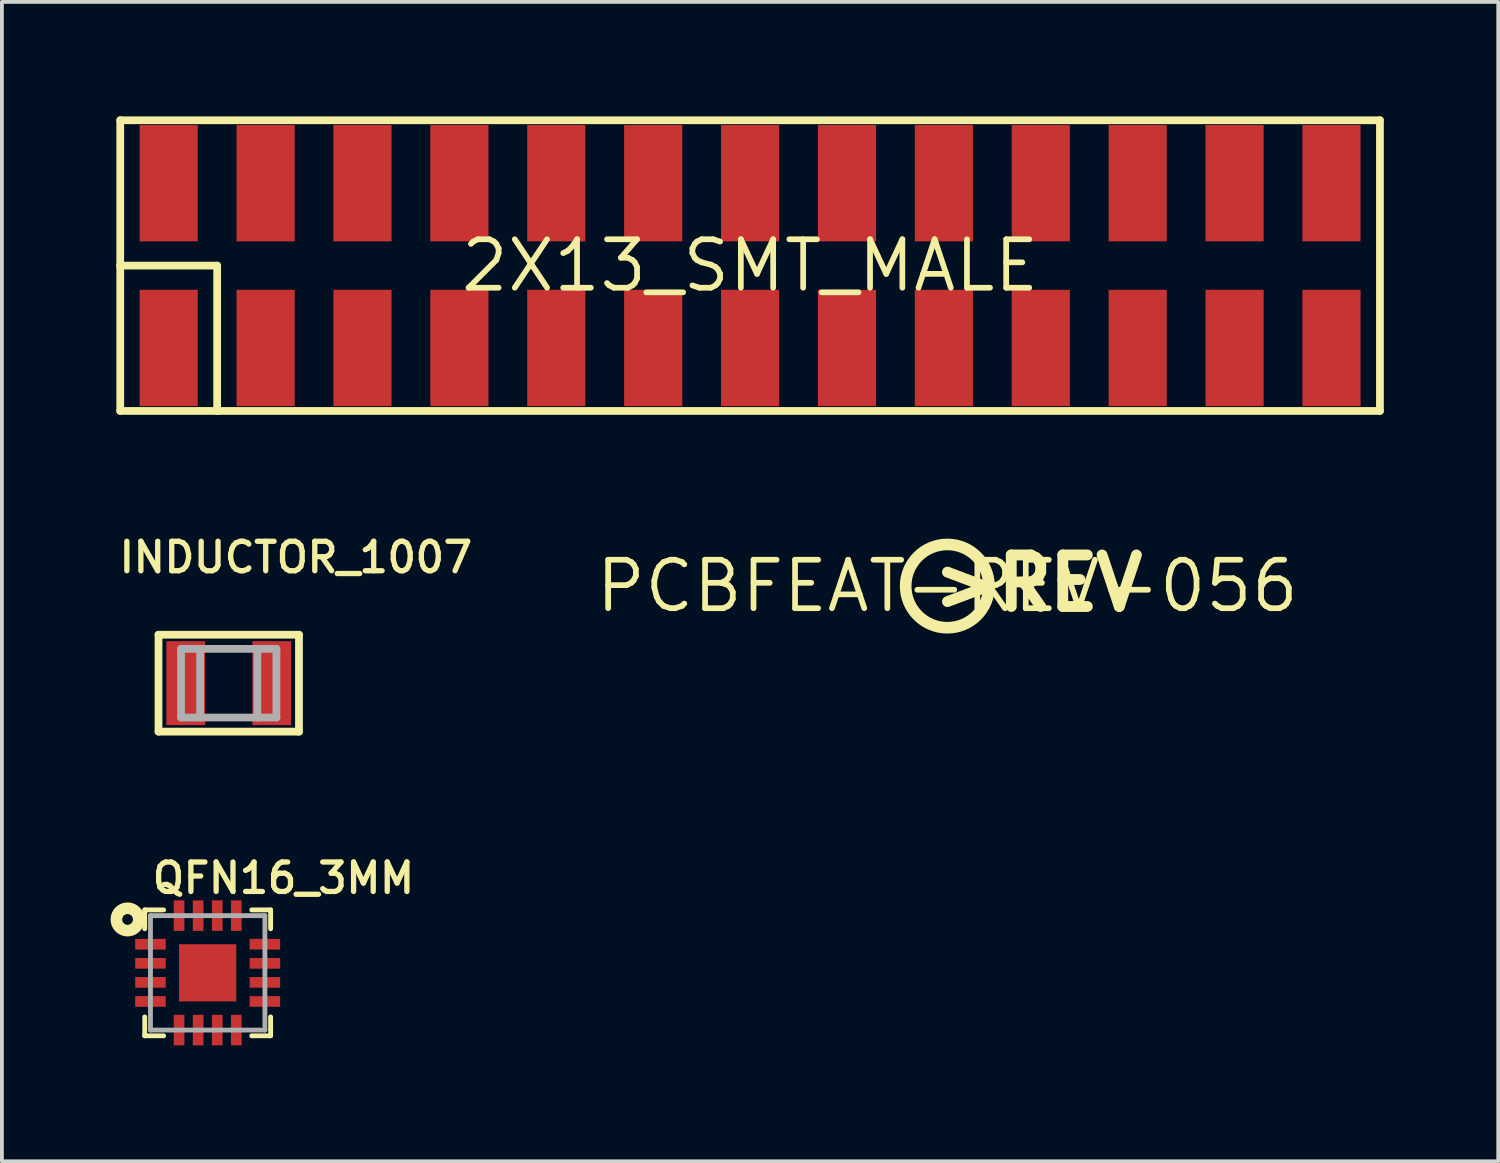
<source format=kicad_pcb>
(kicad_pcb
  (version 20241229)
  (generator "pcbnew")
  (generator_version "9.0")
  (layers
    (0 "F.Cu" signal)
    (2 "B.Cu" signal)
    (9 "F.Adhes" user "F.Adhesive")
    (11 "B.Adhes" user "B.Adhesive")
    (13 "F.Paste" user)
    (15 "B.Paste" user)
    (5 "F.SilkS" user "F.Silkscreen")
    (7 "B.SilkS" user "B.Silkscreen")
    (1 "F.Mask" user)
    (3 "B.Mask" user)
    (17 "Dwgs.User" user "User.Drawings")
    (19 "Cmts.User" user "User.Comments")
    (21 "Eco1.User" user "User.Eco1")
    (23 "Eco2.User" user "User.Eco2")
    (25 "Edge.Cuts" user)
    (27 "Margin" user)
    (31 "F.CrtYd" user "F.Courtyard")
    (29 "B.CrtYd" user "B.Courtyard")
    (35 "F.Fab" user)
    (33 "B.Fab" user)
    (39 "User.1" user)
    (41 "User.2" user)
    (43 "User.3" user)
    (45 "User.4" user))
  (footprint "PCBFEAT-REV-056"
    (layer "F.Cu")
    (at 21.782 12.313)
    (property "Reference" "PCBFEAT-REV-056" (at 0 0 0) (layer "F.SilkS") (effects (font (size 1.27 1.27) (thickness 0.15))))
    (attr through_hole)
    (fp_circle (center 0 0) (end 1.092 0) (stroke (width 0.305) (type solid)) (fill no) (layer "F.SilkS"))
    (fp_text user ">REV" (at -0.505 0.715 0) (layer "F.SilkS") (effects (font (size 1.351 1.351) (thickness 0.284)) (justify left bottom))))
  (footprint "INDUCTOR_1007"
    (layer "F.Cu")
    (at 2.946 14.858)
    (property "Reference" "INDUCTOR_1007" (at -2.946 -2.846 180) (layer "F.SilkS") (effects (font (size 0.772 0.772) (thickness 0.139)) (justify left bottom)))
    (attr through_hole)
    (fp_line (start -1.841 -1.27) (end 1.841 -1.27) (stroke (width 0.203) (type solid)) (layer "F.SilkS"))
    (fp_line (start -1.841 1.27) (end -1.841 -1.27) (stroke (width 0.203) (type solid)) (layer "F.SilkS"))
    (fp_line (start 1.841 -1.27) (end 1.841 1.27) (stroke (width 0.203) (type solid)) (layer "F.SilkS"))
    (fp_line (start 1.841 1.27) (end -1.841 1.27) (stroke (width 0.203) (type solid)) (layer "F.SilkS"))
    (fp_line (start -1.25 -0.9) (end -0.75 -0.9) (stroke (width 0.203) (type solid)) (layer "F.Fab"))
    (fp_line (start -1.25 0.9) (end -1.25 -0.9) (stroke (width 0.203) (type solid)) (layer "F.Fab"))
    (fp_line (start -1.25 0.9) (end -0.75 0.9) (stroke (width 0.203) (type solid)) (layer "F.Fab"))
    (fp_line (start -0.75 -0.9) (end 0.75 -0.9) (stroke (width 0.203) (type solid)) (layer "F.Fab"))
    (fp_line (start -0.75 0.9) (end -0.75 -0.9) (stroke (width 0.203) (type solid)) (layer "F.Fab"))
    (fp_line (start -0.75 0.9) (end 0.75 0.9) (stroke (width 0.203) (type solid)) (layer "F.Fab"))
    (fp_line (start 0.75 -0.9) (end 1.25 -0.9) (stroke (width 0.203) (type solid)) (layer "F.Fab"))
    (fp_line (start 0.75 0.9) (end 0.75 -0.9) (stroke (width 0.203) (type solid)) (layer "F.Fab"))
    (fp_line (start 0.75 0.9) (end 1.25 0.9) (stroke (width 0.203) (type solid)) (layer "F.Fab"))
    (fp_line (start 1.25 0.9) (end 1.25 -0.9) (stroke (width 0.203) (type solid)) (layer "F.Fab"))
    (pad "P$1" smd rect (at -1.127 0) (size 1.016 2.2) (layers "F.Cu" "F.Mask" "F.Paste"))
    (pad "P$2" smd rect (at 1.127 0) (size 1.016 2.2) (layers "F.Cu" "F.Mask" "F.Paste")))
  (footprint "QFN16_3MM"
    (layer "F.Cu")
    (at 2.394 22.451)
    (property "Reference" "QFN16_3MM" (at -1.524 -2.032 180) (layer "F.SilkS") (effects (font (size 0.772 0.772) (thickness 0.139)) (justify left bottom)))
    (attr through_hole)
    (fp_poly (pts (xy -1.94 -0.575) (xy -1.06 -0.575) (xy -1.06 -0.925) (xy -1.94 -0.925)) (stroke (width 0) (type solid)) (fill yes) (layer "F.Mask"))
    (fp_poly (pts (xy -1.94 -0.075) (xy -1.06 -0.075) (xy -1.06 -0.425) (xy -1.94 -0.425)) (stroke (width 0) (type solid)) (fill yes) (layer "F.Mask"))
    (fp_poly (pts (xy -1.94 0.425) (xy -1.06 0.425) (xy -1.06 0.075) (xy -1.94 0.075)) (stroke (width 0) (type solid)) (fill yes) (layer "F.Mask"))
    (fp_poly (pts (xy -1.94 0.925) (xy -1.06 0.925) (xy -1.06 0.575) (xy -1.94 0.575)) (stroke (width 0) (type solid)) (fill yes) (layer "F.Mask"))
    (fp_poly (pts (xy -0.925 -1.94) (xy -0.925 -1.06) (xy -0.575 -1.06) (xy -0.575 -1.94)) (stroke (width 0) (type solid)) (fill yes) (layer "F.Mask"))
    (fp_poly (pts (xy -0.575 1.94) (xy -0.575 1.06) (xy -0.925 1.06) (xy -0.925 1.94)) (stroke (width 0) (type solid)) (fill yes) (layer "F.Mask"))
    (fp_poly (pts (xy -0.425 -1.94) (xy -0.425 -1.06) (xy -0.075 -1.06) (xy -0.075 -1.94)) (stroke (width 0) (type solid)) (fill yes) (layer "F.Mask"))
    (fp_poly (pts (xy -0.075 1.94) (xy -0.075 1.06) (xy -0.425 1.06) (xy -0.425 1.94)) (stroke (width 0) (type solid)) (fill yes) (layer "F.Mask"))
    (fp_poly (pts (xy 0.075 -1.94) (xy 0.075 -1.06) (xy 0.425 -1.06) (xy 0.425 -1.94)) (stroke (width 0) (type solid)) (fill yes) (layer "F.Mask"))
    (fp_poly (pts (xy 0.425 1.94) (xy 0.425 1.06) (xy 0.075 1.06) (xy 0.075 1.94)) (stroke (width 0) (type solid)) (fill yes) (layer "F.Mask"))
    (fp_poly (pts (xy 0.575 -1.94) (xy 0.575 -1.06) (xy 0.925 -1.06) (xy 0.925 -1.94)) (stroke (width 0) (type solid)) (fill yes) (layer "F.Mask"))
    (fp_poly (pts (xy 0.925 1.94) (xy 0.925 1.06) (xy 0.575 1.06) (xy 0.575 1.94)) (stroke (width 0) (type solid)) (fill yes) (layer "F.Mask"))
    (fp_poly (pts (xy 1.94 -0.925) (xy 1.06 -0.925) (xy 1.06 -0.575) (xy 1.94 -0.575)) (stroke (width 0) (type solid)) (fill yes) (layer "F.Mask"))
    (fp_poly (pts (xy 1.94 -0.425) (xy 1.06 -0.425) (xy 1.06 -0.075) (xy 1.94 -0.075)) (stroke (width 0) (type solid)) (fill yes) (layer "F.Mask"))
    (fp_poly (pts (xy 1.94 0.075) (xy 1.06 0.075) (xy 1.06 0.425) (xy 1.94 0.425)) (stroke (width 0) (type solid)) (fill yes) (layer "F.Mask"))
    (fp_poly (pts (xy 1.94 0.575) (xy 1.06 0.575) (xy 1.06 0.925) (xy 1.94 0.925)) (stroke (width 0) (type solid)) (fill yes) (layer "F.Mask"))
    (fp_line (start -1.65 -1.65) (end -1.65 -1.155) (stroke (width 0.127) (type solid)) (layer "F.SilkS"))
    (fp_line (start -1.65 1.155) (end -1.65 1.65) (stroke (width 0.127) (type solid)) (layer "F.SilkS"))
    (fp_line (start -1.65 1.65) (end -1.155 1.65) (stroke (width 0.127) (type solid)) (layer "F.SilkS"))
    (fp_line (start -1.155 -1.65) (end -1.65 -1.65) (stroke (width 0.127) (type solid)) (layer "F.SilkS"))
    (fp_line (start 1.155 -1.65) (end 1.65 -1.65) (stroke (width 0.127) (type solid)) (layer "F.SilkS"))
    (fp_line (start 1.65 -1.65) (end 1.65 -1.155) (stroke (width 0.127) (type solid)) (layer "F.SilkS"))
    (fp_line (start 1.65 1.155) (end 1.65 1.65) (stroke (width 0.127) (type solid)) (layer "F.SilkS"))
    (fp_line (start 1.65 1.65) (end 1.155 1.65) (stroke (width 0.127) (type solid)) (layer "F.SilkS"))
    (fp_circle (center -2.1 -1.4) (end -1.959 -1.4) (stroke (width 0.305) (type solid)) (fill no) (layer "F.SilkS"))
    (fp_poly (pts (xy -0.508 -0.508) (xy 0.508 -0.508) (xy 0.508 0.508) (xy -0.508 0.508)) (stroke (width 0) (type solid)) (fill yes) (layer "F.Paste"))
    (fp_line (start -1.5 -1.5) (end 1.5 -1.5) (stroke (width 0.127) (type solid)) (layer "F.Fab"))
    (fp_line (start -1.5 1.5) (end -1.5 -1.5) (stroke (width 0.127) (type solid)) (layer "F.Fab"))
    (fp_line (start 1.5 -1.5) (end 1.5 1.5) (stroke (width 0.127) (type solid)) (layer "F.Fab"))
    (fp_line (start 1.5 1.5) (end -1.5 1.5) (stroke (width 0.127) (type solid)) (layer "F.Fab"))
    (pad "1" smd rect (at -1.5 -0.75) (size 0.8 0.28) (layers "F.Cu" "F.Mask" "F.Paste"))
    (pad "2" smd rect (at -1.5 -0.25) (size 0.8 0.28) (layers "F.Cu" "F.Mask" "F.Paste"))
    (pad "3" smd rect (at -1.5 0.25) (size 0.8 0.28) (layers "F.Cu" "F.Mask" "F.Paste"))
    (pad "4" smd rect (at -1.5 0.75) (size 0.8 0.28) (layers "F.Cu" "F.Mask" "F.Paste"))
    (pad "5" smd rect (at -0.75 1.5 90) (size 0.8 0.28) (layers "F.Cu" "F.Mask" "F.Paste"))
    (pad "6" smd rect (at -0.25 1.5 90) (size 0.8 0.28) (layers "F.Cu" "F.Mask" "F.Paste"))
    (pad "7" smd rect (at 0.25 1.5 90) (size 0.8 0.28) (layers "F.Cu" "F.Mask" "F.Paste"))
    (pad "8" smd rect (at 0.75 1.5 90) (size 0.8 0.28) (layers "F.Cu" "F.Mask" "F.Paste"))
    (pad "9" smd rect (at 1.5 0.75 180) (size 0.8 0.28) (layers "F.Cu" "F.Mask" "F.Paste"))
    (pad "10" smd rect (at 1.5 0.25 180) (size 0.8 0.28) (layers "F.Cu" "F.Mask" "F.Paste"))
    (pad "11" smd rect (at 1.5 -0.25 180) (size 0.8 0.28) (layers "F.Cu" "F.Mask" "F.Paste"))
    (pad "12" smd rect (at 1.5 -0.75 180) (size 0.8 0.28) (layers "F.Cu" "F.Mask" "F.Paste"))
    (pad "13" smd rect (at 0.75 -1.5 270) (size 0.8 0.28) (layers "F.Cu" "F.Mask" "F.Paste"))
    (pad "14" smd rect (at 0.25 -1.5 270) (size 0.8 0.28) (layers "F.Cu" "F.Mask" "F.Paste"))
    (pad "15" smd rect (at -0.25 -1.5 270) (size 0.8 0.28) (layers "F.Cu" "F.Mask" "F.Paste"))
    (pad "16" smd rect (at -0.75 -1.5 270) (size 0.8 0.28) (layers "F.Cu" "F.Mask" "F.Paste"))
    (pad "THERMAL" smd rect (at 0 0) (size 1.5 1.5) (layers "F.Cu" "F.Mask")))
  (footprint "2X13_SMT_MALE"
    (layer "F.Cu")
    (at 16.612 3.912)
    (property "Reference" "2X13_SMT_MALE" (at 0 0 0) (layer "F.SilkS") (effects (font (size 1.27 1.27) (thickness 0.15))))
    (attr through_hole)
    (fp_line (start -16.51 -3.81) (end 16.51 -3.81) (stroke (width 0.203) (type solid)) (layer "F.SilkS"))
    (fp_line (start -16.51 0) (end -16.51 -3.81) (stroke (width 0.203) (type solid)) (layer "F.SilkS"))
    (fp_line (start -16.51 0) (end -13.97 0) (stroke (width 0.203) (type solid)) (layer "F.SilkS"))
    (fp_line (start -16.51 3.81) (end -16.51 0) (stroke (width 0.203) (type solid)) (layer "F.SilkS"))
    (fp_line (start -13.97 0) (end -13.97 3.81) (stroke (width 0.203) (type solid)) (layer "F.SilkS"))
    (fp_line (start -13.97 3.81) (end -16.51 3.81) (stroke (width 0.203) (type solid)) (layer "F.SilkS"))
    (fp_line (start 16.51 -3.81) (end 16.51 3.81) (stroke (width 0.203) (type solid)) (layer "F.SilkS"))
    (fp_line (start 16.51 3.81) (end -13.97 3.81) (stroke (width 0.203) (type solid)) (layer "F.SilkS"))
    (pad "1" smd rect (at -15.24 2.159 90) (size 3.048 1.524) (layers "F.Cu" "F.Mask" "F.Paste"))
    (pad "2" smd rect (at -15.24 -2.159 90) (size 3.048 1.524) (layers "F.Cu" "F.Mask" "F.Paste"))
    (pad "3" smd rect (at -12.7 2.159 90) (size 3.048 1.524) (layers "F.Cu" "F.Mask" "F.Paste"))
    (pad "4" smd rect (at -12.7 -2.159 270) (size 3.048 1.524) (layers "F.Cu" "F.Mask" "F.Paste"))
    (pad "5" smd rect (at -10.16 2.159 90) (size 3.048 1.524) (layers "F.Cu" "F.Mask" "F.Paste"))
    (pad "6" smd rect (at -10.16 -2.159 270) (size 3.048 1.524) (layers "F.Cu" "F.Mask" "F.Paste"))
    (pad "7" smd rect (at -7.62 2.159 90) (size 3.048 1.524) (layers "F.Cu" "F.Mask" "F.Paste"))
    (pad "8" smd rect (at -7.62 -2.159 270) (size 3.048 1.524) (layers "F.Cu" "F.Mask" "F.Paste"))
    (pad "9" smd rect (at -5.08 2.159 90) (size 3.048 1.524) (layers "F.Cu" "F.Mask" "F.Paste"))
    (pad "10" smd rect (at -5.08 -2.159 270) (size 3.048 1.524) (layers "F.Cu" "F.Mask" "F.Paste"))
    (pad "11" smd rect (at -2.54 2.159 90) (size 3.048 1.524) (layers "F.Cu" "F.Mask" "F.Paste"))
    (pad "12" smd rect (at -2.54 -2.159 270) (size 3.048 1.524) (layers "F.Cu" "F.Mask" "F.Paste"))
    (pad "13" smd rect (at 0 2.159 90) (size 3.048 1.524) (layers "F.Cu" "F.Mask" "F.Paste"))
    (pad "14" smd rect (at 0 -2.159 270) (size 3.048 1.524) (layers "F.Cu" "F.Mask" "F.Paste"))
    (pad "15" smd rect (at 2.54 2.159 90) (size 3.048 1.524) (layers "F.Cu" "F.Mask" "F.Paste"))
    (pad "16" smd rect (at 2.54 -2.159 270) (size 3.048 1.524) (layers "F.Cu" "F.Mask" "F.Paste"))
    (pad "17" smd rect (at 5.08 2.159 90) (size 3.048 1.524) (layers "F.Cu" "F.Mask" "F.Paste"))
    (pad "18" smd rect (at 5.08 -2.159 270) (size 3.048 1.524) (layers "F.Cu" "F.Mask" "F.Paste"))
    (pad "19" smd rect (at 7.62 2.159 90) (size 3.048 1.524) (layers "F.Cu" "F.Mask" "F.Paste"))
    (pad "20" smd rect (at 7.62 -2.159 270) (size 3.048 1.524) (layers "F.Cu" "F.Mask" "F.Paste"))
    (pad "21" smd rect (at 10.16 2.159 90) (size 3.048 1.524) (layers "F.Cu" "F.Mask" "F.Paste"))
    (pad "22" smd rect (at 10.16 -2.159 270) (size 3.048 1.524) (layers "F.Cu" "F.Mask" "F.Paste"))
    (pad "23" smd rect (at 12.7 2.159 90) (size 3.048 1.524) (layers "F.Cu" "F.Mask" "F.Paste"))
    (pad "24" smd rect (at 12.7 -2.159 270) (size 3.048 1.524) (layers "F.Cu" "F.Mask" "F.Paste"))
    (pad "25" smd rect (at 15.24 2.159 90) (size 3.048 1.524) (layers "F.Cu" "F.Mask" "F.Paste"))
    (pad "26" smd rect (at 15.24 -2.159 270) (size 3.048 1.524) (layers "F.Cu" "F.Mask" "F.Paste")))
  (gr_rect
    (start -3 -3)
    (end 36.223 27.391)
    (stroke (width 0.1) (type default))
    (fill no)
    (layer "Edge.Cuts")))
</source>
